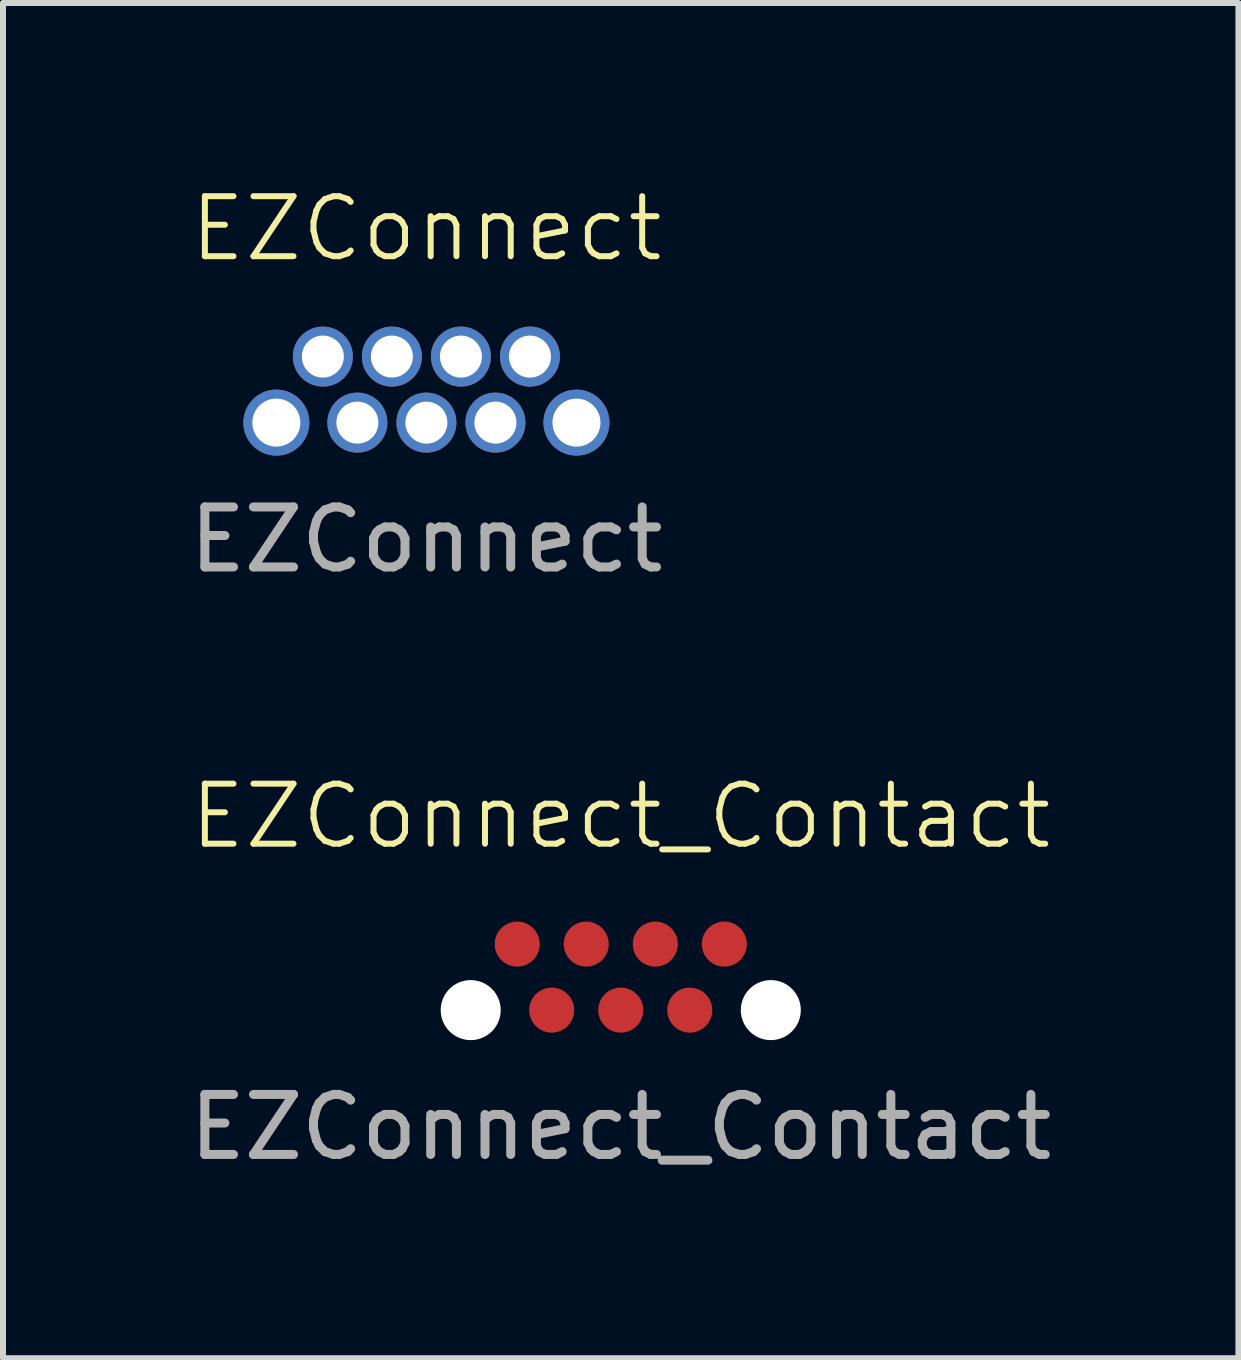
<source format=kicad_pcb>
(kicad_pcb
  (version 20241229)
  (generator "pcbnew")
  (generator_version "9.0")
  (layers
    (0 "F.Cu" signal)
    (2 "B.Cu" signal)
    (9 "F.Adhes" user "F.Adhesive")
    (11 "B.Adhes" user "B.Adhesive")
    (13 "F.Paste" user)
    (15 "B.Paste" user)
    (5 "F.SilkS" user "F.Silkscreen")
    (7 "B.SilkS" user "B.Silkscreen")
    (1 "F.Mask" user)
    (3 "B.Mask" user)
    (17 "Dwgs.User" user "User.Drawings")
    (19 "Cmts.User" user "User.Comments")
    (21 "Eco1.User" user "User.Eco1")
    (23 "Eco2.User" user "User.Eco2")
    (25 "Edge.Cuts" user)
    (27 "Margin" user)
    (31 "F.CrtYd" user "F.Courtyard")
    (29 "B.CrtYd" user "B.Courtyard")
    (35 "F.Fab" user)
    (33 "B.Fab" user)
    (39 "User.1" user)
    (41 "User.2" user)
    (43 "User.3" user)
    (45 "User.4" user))
  (footprint "EZConnect"
    (layer "F.Cu")
    (at 4.054 3.441)
    (property "Reference" "EZConnect" (at 0 -2.68 0) (unlocked yes) (layer "F.SilkS") (effects (font (size 1 1) (thickness 0.1))))
    (attr smd)
    (fp_text user "${REFERENCE}" (at 0 2.5 0) (unlocked yes) (layer "F.Fab") (effects (font (size 1 1) (thickness 0.15))))
    (pad "1" thru_hole circle (at -1.725 -0.55) (size 1 1) (drill 0.7) (layers "*.Cu" "*.Mask"))
    (pad "2" thru_hole circle (at -0.575 -0.55) (size 1 1) (drill 0.7) (layers "*.Cu" "*.Mask"))
    (pad "3" thru_hole circle (at 0.575 -0.55) (size 1 1) (drill 0.7) (layers "*.Cu" "*.Mask"))
    (pad "4" thru_hole circle (at 1.725 -0.55) (size 1 1) (drill 0.7) (layers "*.Cu" "*.Mask"))
    (pad "5" thru_hole circle (at -1.15 0.55) (size 1 1) (drill 0.7) (layers "*.Cu" "*.Mask"))
    (pad "6" thru_hole circle (at 0 0.55) (size 1 1) (drill 0.7) (layers "*.Cu" "*.Mask"))
    (pad "7" thru_hole circle (at 1.15 0.55) (size 1 1) (drill 0.7) (layers "*.Cu" "*.Mask"))
    (pad "MP" thru_hole circle (at -2.5 0.55) (size 1.1 1.1) (drill 0.8) (layers "*.Cu" "*.Mask"))
    (pad "MP" thru_hole circle (at 2.5 0.55) (size 1.1 1.1) (drill 0.8) (layers "*.Cu" "*.Mask")))
  (footprint "EZConnect_Contact"
    (layer "F.Cu")
    (at 7.292 13.229)
    (property "Reference" "EZConnect_Contact" (at 0 -2.68 0) (unlocked yes) (layer "F.SilkS") (effects (font (size 1 1) (thickness 0.1))))
    (attr smd)
    (fp_text user "${REFERENCE}" (at 0 2.5 0) (unlocked yes) (layer "F.Fab") (effects (font (size 1 1) (thickness 0.15))))
    (pad "" np_thru_hole circle (at -2.5 0.55) (size 1 1) (drill 1) (layers "*.Cu" "*.Mask"))
    (pad "" np_thru_hole circle (at 2.5 0.55) (size 1 1) (drill 1) (layers "*.Cu" "*.Mask"))
    (pad "1" smd circle (at -1.725 -0.55) (size 0.75 0.75) (layers "F.Cu" "F.Mask"))
    (pad "2" smd circle (at -0.575 -0.55) (size 0.75 0.75) (layers "F.Cu" "F.Mask"))
    (pad "3" smd circle (at 0.575 -0.55) (size 0.75 0.75) (layers "F.Cu" "F.Mask"))
    (pad "4" smd circle (at 1.725 -0.55) (size 0.75 0.75) (layers "F.Cu" "F.Mask"))
    (pad "5" smd circle (at -1.15 0.55) (size 0.75 0.75) (layers "F.Cu" "F.Mask"))
    (pad "6" smd circle (at 0 0.55) (size 0.75 0.75) (layers "F.Cu" "F.Mask"))
    (pad "7" smd circle (at 1.15 0.55) (size 0.75 0.75) (layers "F.Cu" "F.Mask")))
  (gr_rect
    (start -3 -3)
    (end 17.583 19.578)
    (stroke (width 0.1) (type default))
    (fill no)
    (layer "Edge.Cuts")))
</source>
